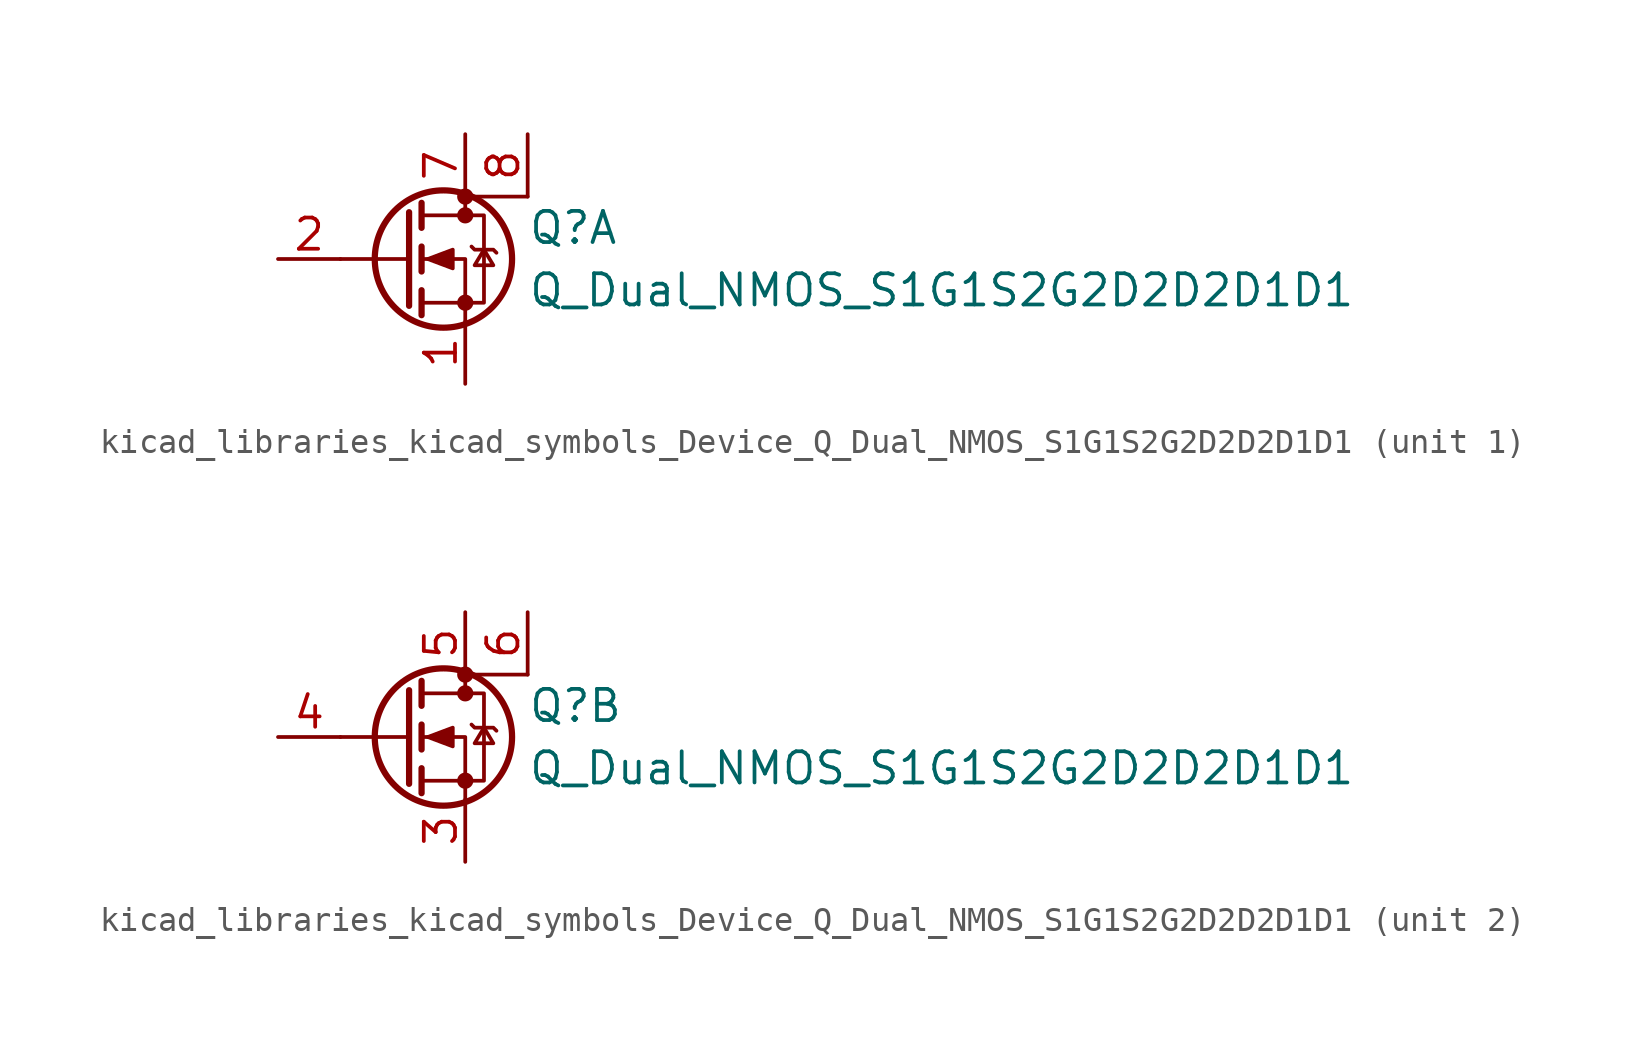
<source format=kicad_sym>
(kicad_symbol_lib
  (version 20220914)
  (generator kicad_symbol_editor)
  (symbol "kicad_libraries_kicad_symbols_Device_Q_Dual_NMOS_S1G1S2G2D2D2D1D1"
    (pin_names
      (offset 0) hide)
    (property "Reference" "Q"
      (at 5.08 1.27 0)
      (effects (font (size 1.27 1.27)) (justify left)))
    (property "Value" "Q_Dual_NMOS_S1G1S2G2D2D2D1D1"
      (at 5.08 -1.27 0)
      (effects (font (size 1.27 1.27)) (justify left)))
    (symbol "kicad_libraries_kicad_symbols_Device_Q_Dual_NMOS_S1G1S2G2D2D2D1D1_0_1"
      (polyline (pts (xy 0.254 0) (xy -2.54 0)) (stroke (width 0) (type default)) (fill (type none)))
      (polyline (pts (xy 0.254 1.905) (xy 0.254 -1.905)) (stroke (width 0.254) (type default)) (fill (type none)))
      (polyline (pts (xy 0.762 -1.27) (xy 0.762 -2.286)) (stroke (width 0.254) (type default)) (fill (type none)))
      (polyline (pts (xy 0.762 0.508) (xy 0.762 -0.508)) (stroke (width 0.254) (type default)) (fill (type none)))
      (polyline (pts (xy 0.762 2.286) (xy 0.762 1.27)) (stroke (width 0.254) (type default)) (fill (type none)))
      (polyline (pts (xy 2.54 2.54) (xy 2.54 1.778)) (stroke (width 0) (type default)) (fill (type none)))
      (polyline (pts (xy 5.08 2.54) (xy 2.54 2.54)) (stroke (width 0) (type default)) (fill (type none)))
      (polyline (pts (xy 2.54 -2.54) (xy 2.54 0) (xy 0.762 0)) (stroke (width 0) (type default)) (fill (type none)))
      (polyline (pts (xy 0.762 -1.778) (xy 3.302 -1.778) (xy 3.302 1.778) (xy 0.762 1.778)) (stroke (width 0) (type default)) (fill (type none)))
      (polyline (pts (xy 1.016 0) (xy 2.032 0.381) (xy 2.032 -0.381) (xy 1.016 0)) (stroke (width 0) (type default)) (fill (type outline)))
      (polyline (pts (xy 2.794 0.508) (xy 2.921 0.381) (xy 3.683 0.381) (xy 3.81 0.254)) (stroke (width 0) (type default)) (fill (type none)))
      (polyline (pts (xy 3.302 0.381) (xy 2.921 -0.254) (xy 3.683 -0.254) (xy 3.302 0.381)) (stroke (width 0) (type default)) (fill (type none)))
      (circle (center 1.651 0) (radius 2.794) (stroke (width 0.254) (type default)) (fill (type none)))
      (circle (center 2.54 -1.778) (radius 0.254) (stroke (width 0) (type default)) (fill (type outline)))
      (circle (center 2.54 1.778) (radius 0.254) (stroke (width 0) (type default)) (fill (type outline)))
      (circle (center 2.54 2.54) (radius 0.254) (stroke (width 0) (type default)) (fill (type outline))))
    (symbol "kicad_libraries_kicad_symbols_Device_Q_Dual_NMOS_S1G1S2G2D2D2D1D1_1_1"
      (pin passive line (at 2.54 -5.08 90) (length 2.54) (name "S" (effects (font (size 1.27 1.27)))) (number "1" (effects (font (size 1.27 1.27)))))
      (pin input line (at -5.08 0 0) (length 2.54) (name "G" (effects (font (size 1.27 1.27)))) (number "2" (effects (font (size 1.27 1.27)))))
      (pin passive line (at 2.54 5.08 270) (length 2.54) (name "D" (effects (font (size 1.27 1.27)))) (number "7" (effects (font (size 1.27 1.27)))))
      (pin passive line (at 5.08 5.08 270) (length 2.54) (name "D" (effects (font (size 1.27 1.27)))) (number "8" (effects (font (size 1.27 1.27))))))
    (symbol "kicad_libraries_kicad_symbols_Device_Q_Dual_NMOS_S1G1S2G2D2D2D1D1_2_1"
      (pin passive line (at 2.54 -5.08 90) (length 2.54) (name "S" (effects (font (size 1.27 1.27)))) (number "3" (effects (font (size 1.27 1.27)))))
      (pin input line (at -5.08 0 0) (length 2.54) (name "G" (effects (font (size 1.27 1.27)))) (number "4" (effects (font (size 1.27 1.27)))))
      (pin passive line (at 2.54 5.08 270) (length 2.54) (name "D" (effects (font (size 1.27 1.27)))) (number "5" (effects (font (size 1.27 1.27)))))
      (pin passive line (at 5.08 5.08 270) (length 2.54) (name "D" (effects (font (size 1.27 1.27)))) (number "6" (effects (font (size 1.27 1.27))))))))
</source>
